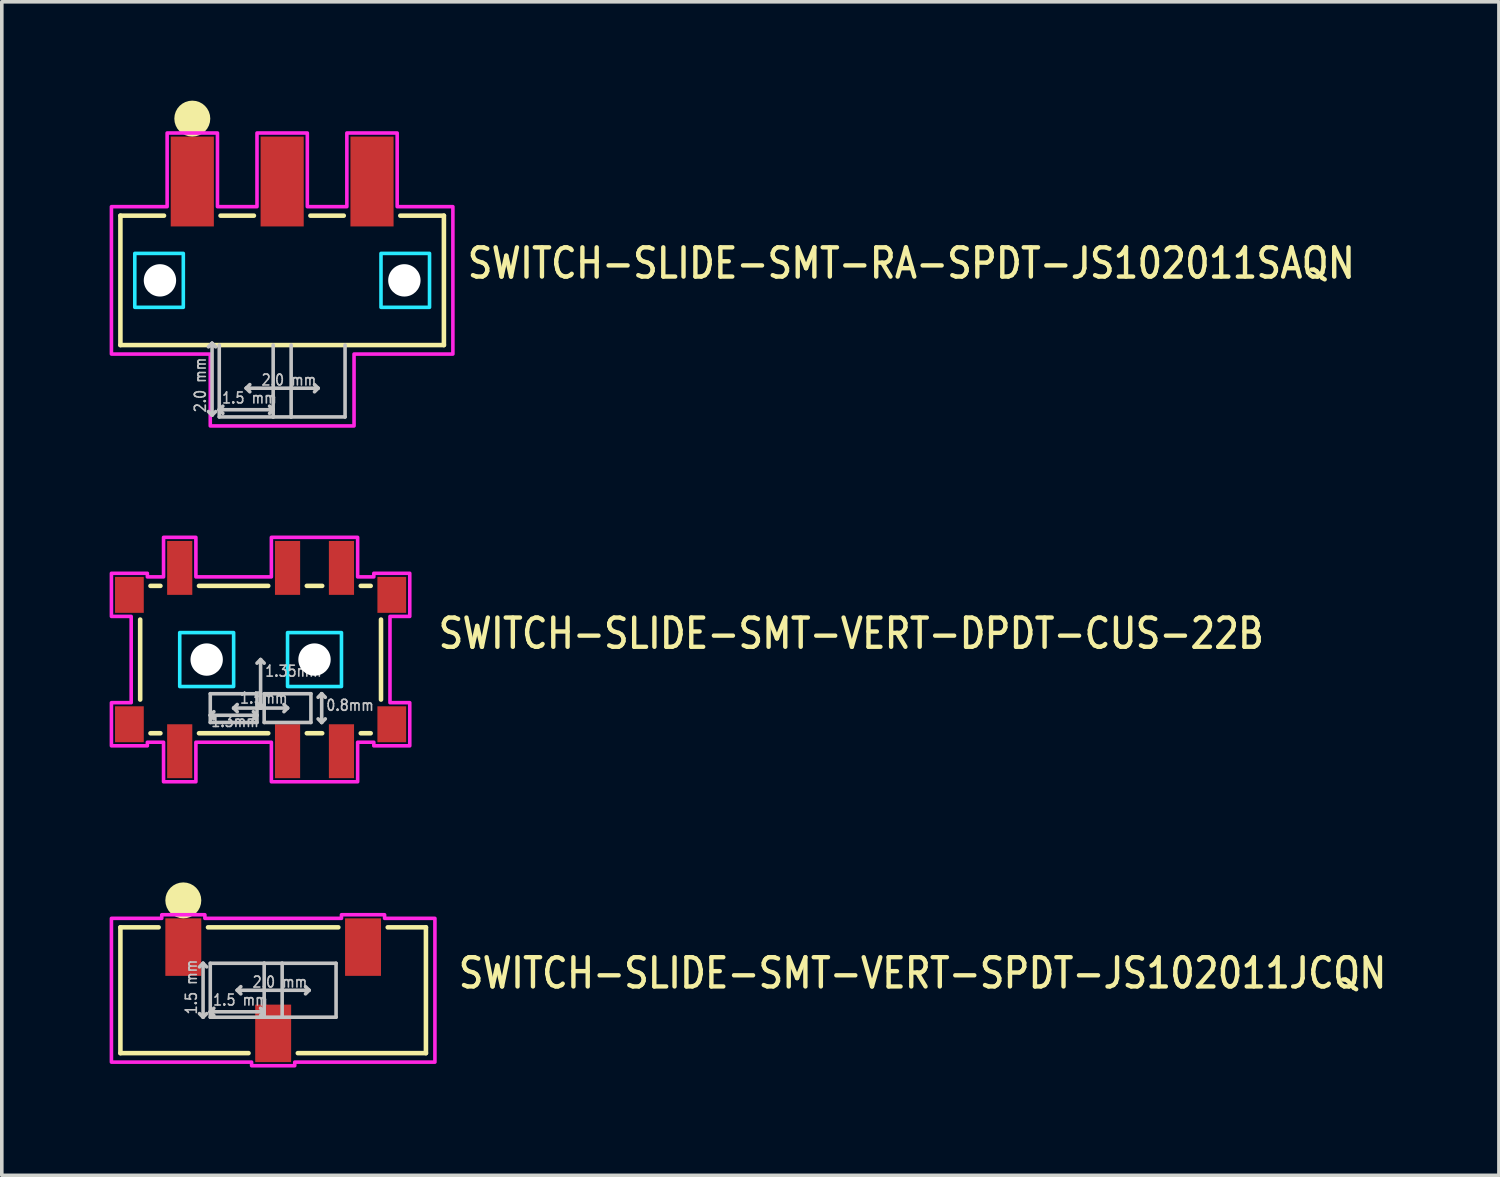
<source format=kicad_pcb>
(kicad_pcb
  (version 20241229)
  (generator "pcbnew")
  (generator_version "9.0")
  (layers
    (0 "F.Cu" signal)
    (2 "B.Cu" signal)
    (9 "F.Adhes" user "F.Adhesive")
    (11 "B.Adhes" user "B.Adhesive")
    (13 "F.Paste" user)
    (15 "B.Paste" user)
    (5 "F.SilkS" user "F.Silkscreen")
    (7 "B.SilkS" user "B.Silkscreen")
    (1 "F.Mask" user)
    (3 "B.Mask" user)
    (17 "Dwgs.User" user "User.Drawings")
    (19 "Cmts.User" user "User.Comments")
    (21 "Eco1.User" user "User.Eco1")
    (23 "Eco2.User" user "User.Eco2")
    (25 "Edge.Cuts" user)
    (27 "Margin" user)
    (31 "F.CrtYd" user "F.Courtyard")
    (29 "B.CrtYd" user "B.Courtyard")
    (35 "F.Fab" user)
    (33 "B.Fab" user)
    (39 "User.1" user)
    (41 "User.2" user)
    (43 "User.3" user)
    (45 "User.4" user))
  (footprint "SWITCH-SLIDE-SMT-VERT-SPDT-JS102011JCQN"
    (layer "F.Cu")
    (at 4.55 24.5)
    (property "Reference" "SWITCH-SLIDE-SMT-VERT-SPDT-JS102011JCQN" (at 5.096 0 0) (unlocked yes) (layer "F.SilkS") (effects (font (size 0.813 0.695) (thickness 0.122)) (justify left bottom)))
    (fp_line (start -4.25 -1.75) (end -3.187 -1.75) (stroke (width 0.127) (type solid)) (layer "F.SilkS"))
    (fp_line (start -4.25 1.75) (end -4.25 -1.75) (stroke (width 0.127) (type solid)) (layer "F.SilkS"))
    (fp_line (start -0.686 1.75) (end -4.25 1.75) (stroke (width 0.127) (type solid)) (layer "F.SilkS"))
    (fp_line (start 0.686 1.75) (end 4.25 1.75) (stroke (width 0.127) (type solid)) (layer "F.SilkS"))
    (fp_line (start 1.813 -1.75) (end -1.813 -1.75) (stroke (width 0.127) (type solid)) (layer "F.SilkS"))
    (fp_line (start 4.25 -1.75) (end 3.187 -1.75) (stroke (width 0.127) (type solid)) (layer "F.SilkS"))
    (fp_line (start 4.25 1.75) (end 4.25 -1.75) (stroke (width 0.127) (type solid)) (layer "F.SilkS"))
    (fp_circle (center -2.5 -2.5) (end -2.5 -2.5) (stroke (width 0.5) (type solid)) (fill no) (layer "F.SilkS"))
    (fp_line (start -1.95 -0.75) (end -2.05 -0.65) (stroke (width 0.1) (type solid)) (layer "Dwgs.User"))
    (fp_line (start -1.95 -0.75) (end -1.95 0.75) (stroke (width 0.1) (type solid)) (layer "Dwgs.User"))
    (fp_line (start -1.95 0.75) (end -2.05 0.65) (stroke (width 0.1) (type solid)) (layer "Dwgs.User"))
    (fp_line (start -1.95 0.75) (end -1.85 0.65) (stroke (width 0.1) (type solid)) (layer "Dwgs.User"))
    (fp_line (start -1.85 -0.65) (end -1.95 -0.75) (stroke (width 0.1) (type solid)) (layer "Dwgs.User"))
    (fp_line (start -1.75 -0.75) (end -0.25 -0.75) (stroke (width 0.1) (type solid)) (layer "Dwgs.User"))
    (fp_line (start -1.75 0.6) (end -1.75 -0.75) (stroke (width 0.1) (type solid)) (layer "Dwgs.User"))
    (fp_line (start -1.75 0.6) (end -1.65 0.5) (stroke (width 0.1) (type solid)) (layer "Dwgs.User"))
    (fp_line (start -1.75 0.6) (end -1.65 0.7) (stroke (width 0.1) (type solid)) (layer "Dwgs.User"))
    (fp_line (start -1.75 0.6) (end -0.25 0.6) (stroke (width 0.1) (type solid)) (layer "Dwgs.User"))
    (fp_line (start -1.75 0.75) (end -1.75 0.6) (stroke (width 0.1) (type solid)) (layer "Dwgs.User"))
    (fp_line (start -1 0) (end -0.9 -0.1) (stroke (width 0.1) (type solid)) (layer "Dwgs.User"))
    (fp_line (start -1 0) (end -0.9 0.1) (stroke (width 0.1) (type solid)) (layer "Dwgs.User"))
    (fp_line (start -0.25 -0.75) (end -0.25 0.6) (stroke (width 0.1) (type solid)) (layer "Dwgs.User"))
    (fp_line (start -0.25 -0.75) (end 0.25 -0.75) (stroke (width 0.1) (type solid)) (layer "Dwgs.User"))
    (fp_line (start -0.25 0.6) (end -0.35 0.5) (stroke (width 0.1) (type solid)) (layer "Dwgs.User"))
    (fp_line (start -0.25 0.6) (end -0.35 0.7) (stroke (width 0.1) (type solid)) (layer "Dwgs.User"))
    (fp_line (start -0.25 0.6) (end -0.25 0.75) (stroke (width 0.1) (type solid)) (layer "Dwgs.User"))
    (fp_line (start -0.25 0.75) (end -1.75 0.75) (stroke (width 0.1) (type solid)) (layer "Dwgs.User"))
    (fp_line (start 0.25 -0.75) (end 0.25 0.75) (stroke (width 0.1) (type solid)) (layer "Dwgs.User"))
    (fp_line (start 0.25 -0.75) (end 1.75 -0.75) (stroke (width 0.1) (type solid)) (layer "Dwgs.User"))
    (fp_line (start 0.25 0.75) (end -0.25 0.75) (stroke (width 0.1) (type solid)) (layer "Dwgs.User"))
    (fp_line (start 1 0) (end -1 0) (stroke (width 0.1) (type solid)) (layer "Dwgs.User"))
    (fp_line (start 1 0) (end 0.9 -0.1) (stroke (width 0.1) (type solid)) (layer "Dwgs.User"))
    (fp_line (start 1 0) (end 0.9 0.1) (stroke (width 0.1) (type solid)) (layer "Dwgs.User"))
    (fp_line (start 1.75 -0.75) (end 1.75 0.75) (stroke (width 0.1) (type solid)) (layer "Dwgs.User"))
    (fp_line (start 1.75 0.75) (end 0.25 0.75) (stroke (width 0.1) (type solid)) (layer "Dwgs.User"))
    (fp_poly (pts (xy 4.5 2) (xy 0.6 2) (xy 0.6 2.1) (xy -0.6 2.1) (xy -0.6 2) (xy -4.5 2) (xy -4.5 -2) (xy -3.1 -2) (xy -3.1 -2.1) (xy -1.9 -2.1) (xy -1.9 -2) (xy 1.9 -2) (xy 1.9 -2.1) (xy 3.1 -2.1) (xy 3.1 -2) (xy 4.5 -2)) (stroke (width 0.1) (type solid)) (fill no) (layer "F.CrtYd"))
    (fp_text user "1.5 mm" (at -1.7 0.45 0) (unlocked yes) (layer "Dwgs.User") (effects (font (size 0.305 0.261) (thickness 0.046)) (justify left bottom)))
    (fp_text user "2.0 mm" (at -0.6 -0.05 0) (unlocked yes) (layer "Dwgs.User") (effects (font (size 0.305 0.261) (thickness 0.046)) (justify left bottom)))
    (fp_text user "1.5 mm" (at -2.1 0.7 90) (unlocked yes) (layer "Dwgs.User") (effects (font (size 0.305 0.261) (thickness 0.046)) (justify left bottom)))
    (pad "P$1" smd rect (at -2.5 -1.2) (size 1 1.6) (layers "F.Cu" "F.Mask" "F.Paste"))
    (pad "P$2" smd rect (at 0 1.2) (size 1 1.6) (layers "F.Cu" "F.Mask" "F.Paste"))
    (pad "P$3" smd rect (at 2.5 -1.2) (size 1 1.6) (layers "F.Cu" "F.Mask" "F.Paste")))
  (footprint "SWITCH-SLIDE-SMT-VERT-DPDT-CUS-22B"
    (layer "F.Cu")
    (at 4.2 15.3)
    (property "Reference" "SWITCH-SLIDE-SMT-VERT-DPDT-CUS-22B" (at 4.886 -0.25 0) (unlocked yes) (layer "F.SilkS") (effects (font (size 0.813 0.695) (thickness 0.122)) (justify left bottom)))
    (fp_line (start -3.35 -1.113) (end -3.35 1.113) (stroke (width 0.127) (type solid)) (layer "F.SilkS"))
    (fp_line (start -2.787 -2.05) (end -3.063 -2.05) (stroke (width 0.127) (type solid)) (layer "F.SilkS"))
    (fp_line (start -2.787 2.05) (end -3.063 2.05) (stroke (width 0.127) (type solid)) (layer "F.SilkS"))
    (fp_line (start -1.714 -2.05) (end 0.213 -2.05) (stroke (width 0.127) (type solid)) (layer "F.SilkS"))
    (fp_line (start -1.714 2.05) (end 0.213 2.05) (stroke (width 0.127) (type solid)) (layer "F.SilkS"))
    (fp_line (start 1.714 -2.05) (end 1.286 -2.05) (stroke (width 0.127) (type solid)) (layer "F.SilkS"))
    (fp_line (start 1.714 2.05) (end 1.286 2.05) (stroke (width 0.127) (type solid)) (layer "F.SilkS"))
    (fp_line (start 3.063 -2.05) (end 2.787 -2.05) (stroke (width 0.127) (type solid)) (layer "F.SilkS"))
    (fp_line (start 3.063 2.05) (end 2.787 2.05) (stroke (width 0.127) (type solid)) (layer "F.SilkS"))
    (fp_line (start 3.35 -1.113) (end 3.35 1.113) (stroke (width 0.127) (type solid)) (layer "F.SilkS"))
    (fp_line (start -1.4 0.95) (end -1.4 1.75) (stroke (width 0.1) (type solid)) (layer "Dwgs.User"))
    (fp_line (start -1.4 0.95) (end -0.1 0.95) (stroke (width 0.1) (type solid)) (layer "Dwgs.User"))
    (fp_line (start -1.4 1.55) (end -1.3 1.45) (stroke (width 0.1) (type solid)) (layer "Dwgs.User"))
    (fp_line (start -1.4 1.55) (end -1.3 1.65) (stroke (width 0.1) (type solid)) (layer "Dwgs.User"))
    (fp_line (start -1.4 1.55) (end -0.1 1.55) (stroke (width 0.1) (type solid)) (layer "Dwgs.User"))
    (fp_line (start -1.4 1.75) (end -0.1 1.75) (stroke (width 0.1) (type solid)) (layer "Dwgs.User"))
    (fp_line (start -0.75 1.35) (end -0.65 1.25) (stroke (width 0.1) (type solid)) (layer "Dwgs.User"))
    (fp_line (start -0.75 1.35) (end -0.65 1.45) (stroke (width 0.1) (type solid)) (layer "Dwgs.User"))
    (fp_line (start -0.75 1.35) (end 0.75 1.35) (stroke (width 0.1) (type solid)) (layer "Dwgs.User"))
    (fp_line (start -0.1 1.55) (end -0.2 1.45) (stroke (width 0.1) (type solid)) (layer "Dwgs.User"))
    (fp_line (start -0.1 1.55) (end -0.2 1.65) (stroke (width 0.1) (type solid)) (layer "Dwgs.User"))
    (fp_line (start -0.1 1.75) (end -0.1 0.95) (stroke (width 0.1) (type solid)) (layer "Dwgs.User"))
    (fp_line (start 0 0) (end -0.1 0.1) (stroke (width 0.1) (type solid)) (layer "Dwgs.User"))
    (fp_line (start 0 0) (end 0 1.35) (stroke (width 0.1) (type solid)) (layer "Dwgs.User"))
    (fp_line (start 0 0) (end 0.1 0.1) (stroke (width 0.1) (type solid)) (layer "Dwgs.User"))
    (fp_line (start 0 1.35) (end -0.1 1.25) (stroke (width 0.1) (type solid)) (layer "Dwgs.User"))
    (fp_line (start 0 1.35) (end 0.1 1.25) (stroke (width 0.1) (type solid)) (layer "Dwgs.User"))
    (fp_line (start 0.1 0.95) (end 0.1 1.75) (stroke (width 0.1) (type solid)) (layer "Dwgs.User"))
    (fp_line (start 0.1 0.95) (end 1.4 0.95) (stroke (width 0.1) (type solid)) (layer "Dwgs.User"))
    (fp_line (start 0.1 1.75) (end 1.4 1.75) (stroke (width 0.1) (type solid)) (layer "Dwgs.User"))
    (fp_line (start 0.75 1.35) (end 0.65 1.25) (stroke (width 0.1) (type solid)) (layer "Dwgs.User"))
    (fp_line (start 0.75 1.35) (end 0.65 1.45) (stroke (width 0.1) (type solid)) (layer "Dwgs.User"))
    (fp_line (start 1.4 1.75) (end 1.4 0.95) (stroke (width 0.1) (type solid)) (layer "Dwgs.User"))
    (fp_line (start 1.7 0.95) (end 1.6 1.05) (stroke (width 0.1) (type solid)) (layer "Dwgs.User"))
    (fp_line (start 1.7 0.95) (end 1.7 1.75) (stroke (width 0.1) (type solid)) (layer "Dwgs.User"))
    (fp_line (start 1.7 0.95) (end 1.8 1.05) (stroke (width 0.1) (type solid)) (layer "Dwgs.User"))
    (fp_line (start 1.7 1.75) (end 1.6 1.65) (stroke (width 0.1) (type solid)) (layer "Dwgs.User"))
    (fp_line (start 1.7 1.75) (end 1.8 1.65) (stroke (width 0.1) (type solid)) (layer "Dwgs.User"))
    (fp_poly (pts (xy -2.25 -0.75) (xy -0.75 -0.75) (xy -0.75 0.75) (xy -2.25 0.75)) (stroke (width 0.1) (type solid)) (fill no) (layer "B.CrtYd"))
    (fp_poly (pts (xy 0.75 -0.75) (xy 2.25 -0.75) (xy 2.25 0.75) (xy 0.75 0.75)) (stroke (width 0.1) (type solid)) (fill no) (layer "B.CrtYd"))
    (fp_poly (pts (xy -4.15 -2.4) (xy -3.15 -2.4) (xy -3.15 -2.3) (xy -2.7 -2.3) (xy -2.7 -3.4) (xy -1.8 -3.4) (xy -1.8 -2.3) (xy 0.3 -2.3) (xy 0.3 -3.4) (xy 2.7 -3.4) (xy 2.7 -2.3) (xy 3.15 -2.3) (xy 3.15 -2.4) (xy 4.15 -2.4) (xy 4.15 -1.2) (xy 3.6 -1.2) (xy 3.6 1.2) (xy 4.15 1.2) (xy 4.15 2.4) (xy 3.15 2.4) (xy 3.15 2.3) (xy 2.7 2.3) (xy 2.7 3.4) (xy 0.3 3.4) (xy 0.3 2.3) (xy -1.8 2.3) (xy -1.8 3.4) (xy -2.7 3.4) (xy -2.7 2.3) (xy -3.15 2.3) (xy -3.15 2.4) (xy -4.15 2.4) (xy -4.15 1.2) (xy -3.6 1.2) (xy -3.6 -1.2) (xy -4.15 -1.2)) (stroke (width 0.1) (type solid)) (fill no) (layer "F.CrtYd"))
    (fp_text user "1.5mm" (at -0.6 1.25 0) (unlocked yes) (layer "Dwgs.User") (effects (font (size 0.305 0.261) (thickness 0.046)) (justify left bottom)))
    (fp_text user "0.8mm" (at 1.8 1.45 0) (unlocked yes) (layer "Dwgs.User") (effects (font (size 0.305 0.261) (thickness 0.046)) (justify left bottom)))
    (fp_text user "1.35mm" (at 0.1 0.5 0) (unlocked yes) (layer "Dwgs.User") (effects (font (size 0.305 0.261) (thickness 0.046)) (justify left bottom)))
    (fp_text user "1.3mm" (at -1.4 1.9 0) (unlocked yes) (layer "Dwgs.User") (effects (font (size 0.305 0.261) (thickness 0.046)) (justify left bottom)))
    (pad "" np_thru_hole circle (at -1.5 0) (size 0.9 0.9) (drill 0.9) (layers "*.Cu" "*.Mask"))
    (pad "" np_thru_hole circle (at 1.5 0) (size 0.9 0.9) (drill 0.9) (layers "*.Cu" "*.Mask"))
    (pad "C$1" smd rect (at -3.65 1.8) (size 0.8 1) (layers "F.Cu" "F.Mask" "F.Paste"))
    (pad "C$2" smd rect (at -3.65 -1.8) (size 0.8 1) (layers "F.Cu" "F.Mask" "F.Paste"))
    (pad "C$3" smd rect (at 3.65 -1.8) (size 0.8 1) (layers "F.Cu" "F.Mask" "F.Paste"))
    (pad "C$4" smd rect (at 3.65 1.8) (size 0.8 1) (layers "F.Cu" "F.Mask" "F.Paste"))
    (pad "P$1" smd rect (at -2.25 -2.55) (size 0.7 1.5) (layers "F.Cu" "F.Mask" "F.Paste"))
    (pad "P$2" smd rect (at 0.75 -2.55) (size 0.7 1.5) (layers "F.Cu" "F.Mask" "F.Paste"))
    (pad "P$3" smd rect (at 2.25 -2.55) (size 0.7 1.5) (layers "F.Cu" "F.Mask" "F.Paste"))
    (pad "P$4" smd rect (at -2.25 2.55) (size 0.7 1.5) (layers "F.Cu" "F.Mask" "F.Paste"))
    (pad "P$5" smd rect (at 0.75 2.55) (size 0.7 1.5) (layers "F.Cu" "F.Mask" "F.Paste"))
    (pad "P$6" smd rect (at 2.25 2.55) (size 0.7 1.5) (layers "F.Cu" "F.Mask" "F.Paste")))
  (footprint "SWITCH-SLIDE-SMT-RA-SPDT-JS102011SAQN"
    (layer "F.Cu")
    (at 4.8 4.75)
    (property "Reference" "SWITCH-SLIDE-SMT-RA-SPDT-JS102011SAQN" (at 5.096 0 0) (unlocked yes) (layer "F.SilkS") (effects (font (size 0.813 0.695) (thickness 0.122)) (justify left bottom)))
    (fp_line (start -4.5 -1.8) (end -4.5 1.8) (stroke (width 0.127) (type solid)) (layer "F.SilkS"))
    (fp_line (start -4.5 1.8) (end 4.5 1.8) (stroke (width 0.127) (type solid)) (layer "F.SilkS"))
    (fp_line (start -3.287 -1.8) (end -4.5 -1.8) (stroke (width 0.127) (type solid)) (layer "F.SilkS"))
    (fp_line (start -0.786 -1.8) (end -1.714 -1.8) (stroke (width 0.127) (type solid)) (layer "F.SilkS"))
    (fp_line (start 1.714 -1.8) (end 0.786 -1.8) (stroke (width 0.127) (type solid)) (layer "F.SilkS"))
    (fp_line (start 3.287 -1.8) (end 4.5 -1.8) (stroke (width 0.127) (type solid)) (layer "F.SilkS"))
    (fp_line (start 4.5 -1.8) (end 4.5 1.8) (stroke (width 0.127) (type solid)) (layer "F.SilkS"))
    (fp_circle (center -2.5 -4.5) (end -2.5 -4.5) (stroke (width 0.5) (type solid)) (fill no) (layer "F.SilkS"))
    (fp_line (start -1.95 1.75) (end -2.05 1.85) (stroke (width 0.1) (type solid)) (layer "Dwgs.User"))
    (fp_line (start -1.95 1.75) (end -1.95 3.75) (stroke (width 0.1) (type solid)) (layer "Dwgs.User"))
    (fp_line (start -1.95 3.75) (end -2.05 3.65) (stroke (width 0.1) (type solid)) (layer "Dwgs.User"))
    (fp_line (start -1.95 3.75) (end -1.85 3.65) (stroke (width 0.1) (type solid)) (layer "Dwgs.User"))
    (fp_line (start -1.85 1.85) (end -1.95 1.75) (stroke (width 0.1) (type solid)) (layer "Dwgs.User"))
    (fp_line (start -1.75 3.6) (end -1.75 1.8) (stroke (width 0.1) (type solid)) (layer "Dwgs.User"))
    (fp_line (start -1.75 3.6) (end -1.65 3.5) (stroke (width 0.1) (type solid)) (layer "Dwgs.User"))
    (fp_line (start -1.75 3.6) (end -1.65 3.7) (stroke (width 0.1) (type solid)) (layer "Dwgs.User"))
    (fp_line (start -1.75 3.6) (end -0.25 3.6) (stroke (width 0.1) (type solid)) (layer "Dwgs.User"))
    (fp_line (start -1.75 3.8) (end -1.75 3.6) (stroke (width 0.1) (type solid)) (layer "Dwgs.User"))
    (fp_line (start -1 3) (end -0.9 2.9) (stroke (width 0.1) (type solid)) (layer "Dwgs.User"))
    (fp_line (start -1 3) (end -0.9 3.1) (stroke (width 0.1) (type solid)) (layer "Dwgs.User"))
    (fp_line (start -0.25 1.8) (end -0.25 3.6) (stroke (width 0.1) (type solid)) (layer "Dwgs.User"))
    (fp_line (start -0.25 3.6) (end -0.35 3.5) (stroke (width 0.1) (type solid)) (layer "Dwgs.User"))
    (fp_line (start -0.25 3.6) (end -0.35 3.7) (stroke (width 0.1) (type solid)) (layer "Dwgs.User"))
    (fp_line (start -0.25 3.6) (end -0.25 3.8) (stroke (width 0.1) (type solid)) (layer "Dwgs.User"))
    (fp_line (start -0.25 3.8) (end -1.75 3.8) (stroke (width 0.1) (type solid)) (layer "Dwgs.User"))
    (fp_line (start 0.25 1.8) (end 0.25 3.8) (stroke (width 0.1) (type solid)) (layer "Dwgs.User"))
    (fp_line (start 0.25 3.8) (end -0.25 3.8) (stroke (width 0.1) (type solid)) (layer "Dwgs.User"))
    (fp_line (start 1 3) (end -1 3) (stroke (width 0.1) (type solid)) (layer "Dwgs.User"))
    (fp_line (start 1 3) (end 0.9 2.9) (stroke (width 0.1) (type solid)) (layer "Dwgs.User"))
    (fp_line (start 1 3) (end 0.9 3.1) (stroke (width 0.1) (type solid)) (layer "Dwgs.User"))
    (fp_line (start 1.75 1.8) (end 1.75 3.8) (stroke (width 0.1) (type solid)) (layer "Dwgs.User"))
    (fp_line (start 1.75 3.8) (end 0.25 3.8) (stroke (width 0.1) (type solid)) (layer "Dwgs.User"))
    (fp_poly (pts (xy -4.1 -0.75) (xy -2.75 -0.75) (xy -2.75 0.75) (xy -4.1 0.75)) (stroke (width 0.1) (type solid)) (fill no) (layer "B.CrtYd"))
    (fp_poly (pts (xy 2.75 -0.75) (xy 4.1 -0.75) (xy 4.1 0.75) (xy 2.75 0.75)) (stroke (width 0.1) (type solid)) (fill no) (layer "B.CrtYd"))
    (fp_poly (pts (xy -4.75 -2.05) (xy -3.2 -2.05) (xy -3.2 -4.1) (xy -1.8 -4.1) (xy -1.8 -2.05) (xy -0.7 -2.05) (xy -0.7 -4.1) (xy 0.7 -4.1) (xy 0.7 -2.05) (xy 1.8 -2.05) (xy 1.8 -4.1) (xy 3.2 -4.1) (xy 3.2 -2.05) (xy 4.75 -2.05) (xy 4.75 2.05) (xy 2 2.05) (xy 2 4.05) (xy -2 4.05) (xy -2 2.05) (xy -4.75 2.05)) (stroke (width 0.1) (type solid)) (fill no) (layer "F.CrtYd"))
    (fp_text user "1.5 mm" (at -1.7 3.45 0) (unlocked yes) (layer "Dwgs.User") (effects (font (size 0.305 0.261) (thickness 0.046)) (justify left bottom)))
    (fp_text user "2.0 mm" (at -0.6 2.95 0) (unlocked yes) (layer "Dwgs.User") (effects (font (size 0.305 0.261) (thickness 0.046)) (justify left bottom)))
    (fp_text user "2.0 mm" (at -2.1 3.7 90) (unlocked yes) (layer "Dwgs.User") (effects (font (size 0.305 0.261) (thickness 0.046)) (justify left bottom)))
    (pad "" np_thru_hole circle (at -3.4 0) (size 0.9 0.9) (drill 0.9) (layers "*.Cu" "*.Mask"))
    (pad "" np_thru_hole circle (at 3.4 0) (size 0.9 0.9) (drill 0.9) (layers "*.Cu" "*.Mask"))
    (pad "P$1" smd rect (at -2.5 -2.75) (size 1.2 2.5) (layers "F.Cu" "F.Mask" "F.Paste"))
    (pad "P$2" smd rect (at 0 -2.75) (size 1.2 2.5) (layers "F.Cu" "F.Mask" "F.Paste"))
    (pad "P$3" smd rect (at 2.5 -2.75) (size 1.2 2.5) (layers "F.Cu" "F.Mask" "F.Paste")))
  (gr_rect
    (start -3 -3)
    (end 38.652 29.65)
    (stroke (width 0.1) (type default))
    (fill no)
    (layer "Edge.Cuts")))
</source>
